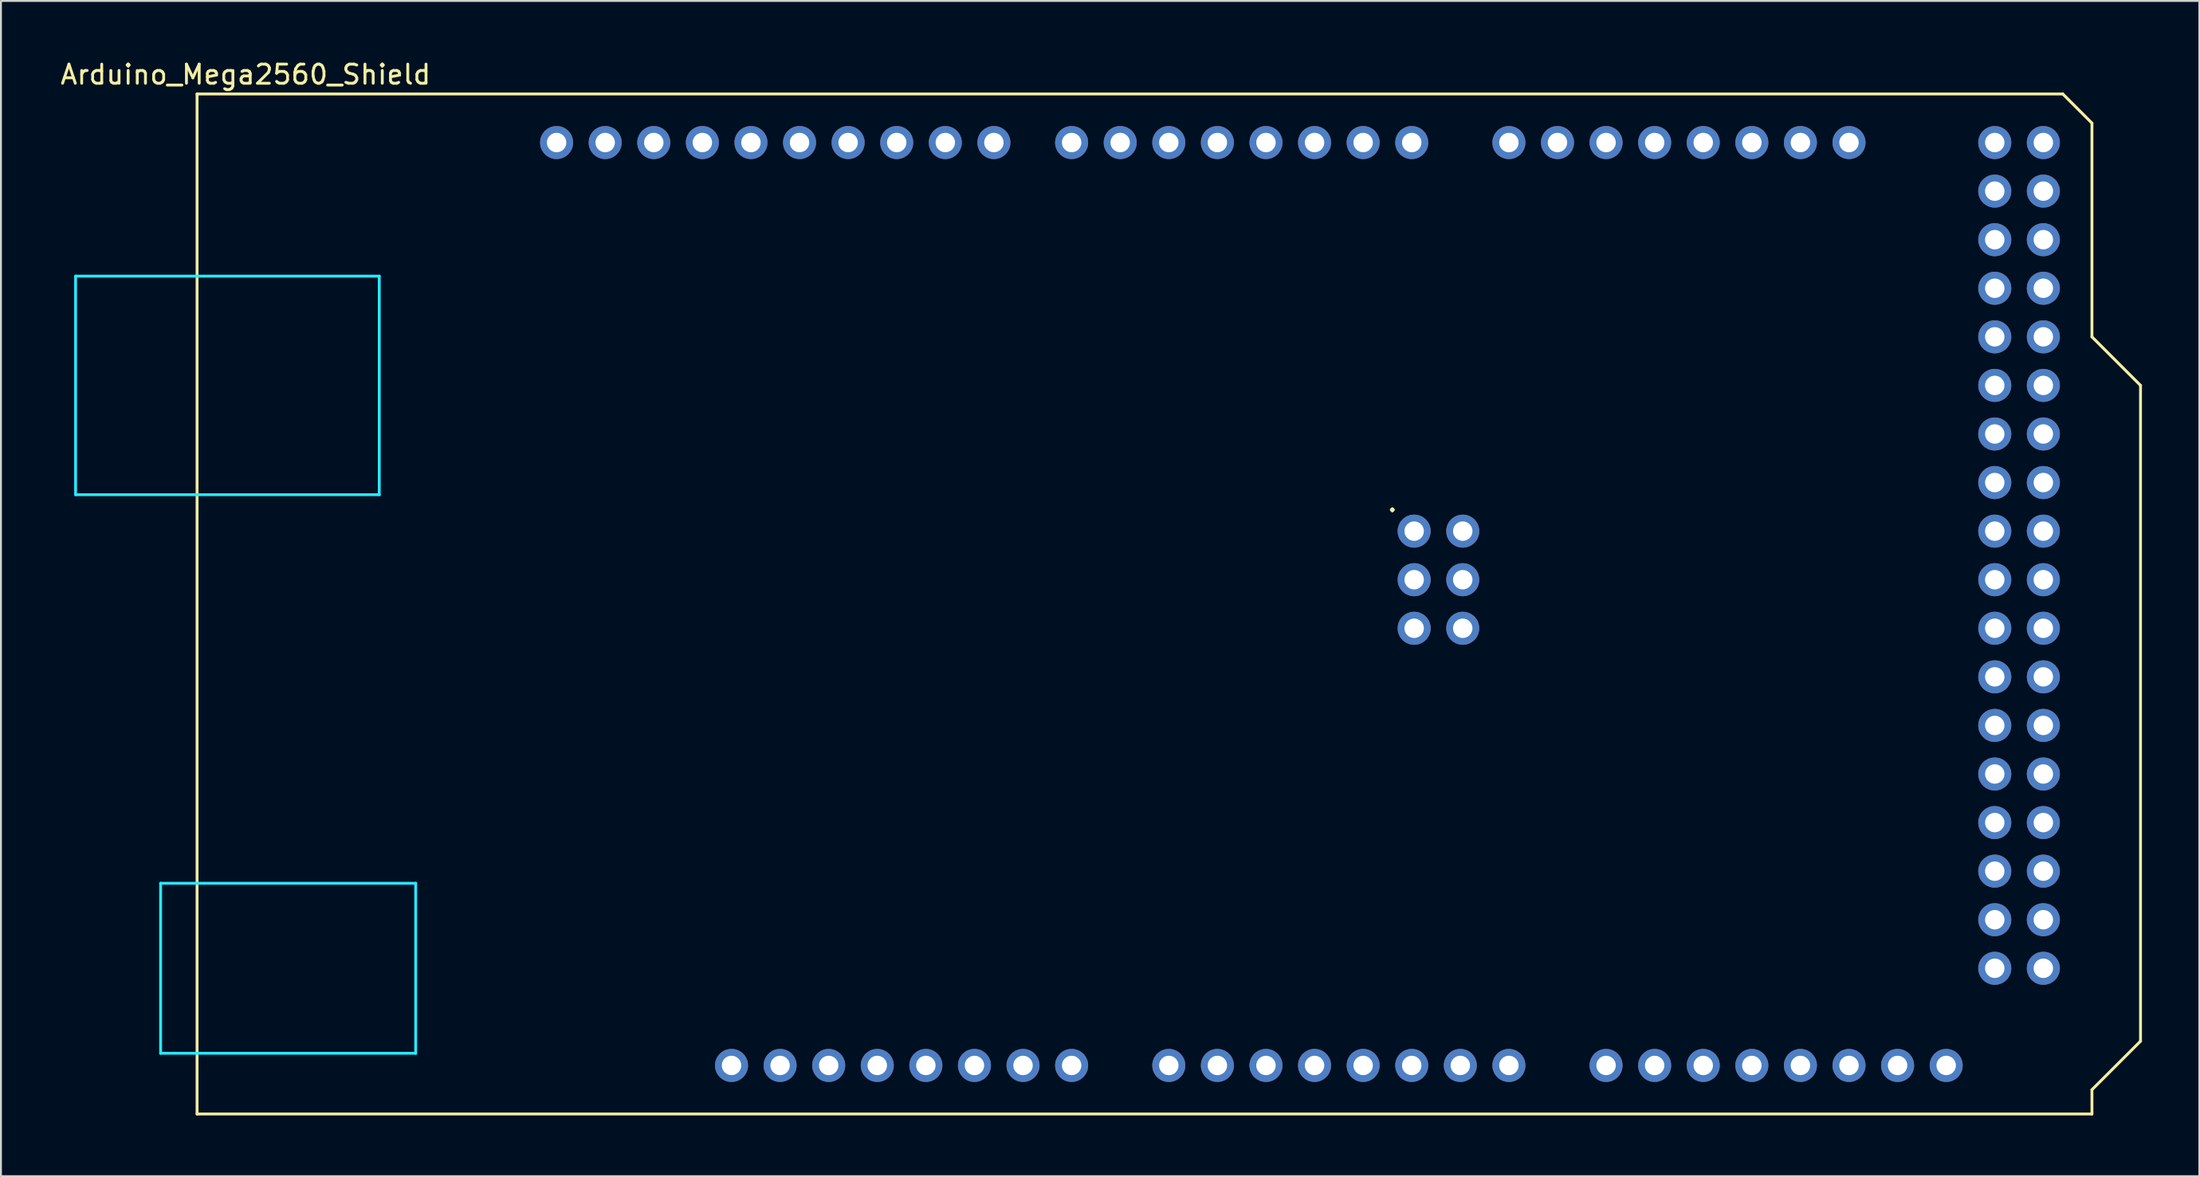
<source format=kicad_pcb>
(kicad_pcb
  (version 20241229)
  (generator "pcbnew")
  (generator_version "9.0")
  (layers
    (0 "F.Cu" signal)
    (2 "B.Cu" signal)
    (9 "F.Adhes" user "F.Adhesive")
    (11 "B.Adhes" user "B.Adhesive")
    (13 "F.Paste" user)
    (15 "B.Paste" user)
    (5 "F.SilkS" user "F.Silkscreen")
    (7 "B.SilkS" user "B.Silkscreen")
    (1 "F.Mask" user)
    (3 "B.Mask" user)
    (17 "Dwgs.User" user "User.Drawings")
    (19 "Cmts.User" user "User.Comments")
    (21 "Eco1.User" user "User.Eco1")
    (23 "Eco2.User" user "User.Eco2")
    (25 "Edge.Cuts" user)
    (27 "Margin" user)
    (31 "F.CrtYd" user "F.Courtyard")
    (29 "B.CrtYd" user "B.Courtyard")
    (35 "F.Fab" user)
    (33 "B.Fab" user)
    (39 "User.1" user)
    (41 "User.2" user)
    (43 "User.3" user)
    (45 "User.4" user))
  (footprint "Arduino_Mega2560_Shield"
    (layer "F.Cu")
    (at 7.252 55.204)
    (property "Reference" "Arduino_Mega2560_Shield" (at 2.54 -54.356 180) (layer "F.SilkS") (effects (font (size 1 1) (thickness 0.15))))
    (attr through_hole)
    (fp_line (start 0 -53.34) (end 0 0) (stroke (width 0.15) (type solid)) (layer "F.SilkS"))
    (fp_line (start 0 -53.34) (end 97.536 -53.34) (stroke (width 0.15) (type solid)) (layer "F.SilkS"))
    (fp_line (start 0 0) (end 99.06 0) (stroke (width 0.15) (type solid)) (layer "F.SilkS"))
    (fp_line (start 97.536 -53.34) (end 99.06 -51.816) (stroke (width 0.15) (type solid)) (layer "F.SilkS"))
    (fp_line (start 99.06 -40.64) (end 99.06 -51.816) (stroke (width 0.15) (type solid)) (layer "F.SilkS"))
    (fp_line (start 99.06 -1.27) (end 101.6 -3.81) (stroke (width 0.15) (type solid)) (layer "F.SilkS"))
    (fp_line (start 99.06 0) (end 99.06 -1.27) (stroke (width 0.15) (type solid)) (layer "F.SilkS"))
    (fp_line (start 101.6 -38.1) (end 99.06 -40.64) (stroke (width 0.15) (type solid)) (layer "F.SilkS"))
    (fp_line (start 101.6 -3.81) (end 101.6 -38.1) (stroke (width 0.15) (type solid)) (layer "F.SilkS"))
    (fp_line (start -6.35 -43.815) (end -6.35 -32.385) (stroke (width 0.15) (type solid)) (layer "B.CrtYd"))
    (fp_line (start -1.905 -12.065) (end -1.905 -3.175) (stroke (width 0.15) (type solid)) (layer "B.CrtYd"))
    (fp_line (start -1.905 -12.065) (end 11.43 -12.065) (stroke (width 0.15) (type solid)) (layer "B.CrtYd"))
    (fp_line (start -1.905 -3.175) (end 11.43 -3.175) (stroke (width 0.15) (type solid)) (layer "B.CrtYd"))
    (fp_line (start 9.525 -43.815) (end -6.35 -43.815) (stroke (width 0.15) (type solid)) (layer "B.CrtYd"))
    (fp_line (start 9.525 -43.815) (end 9.525 -32.385) (stroke (width 0.15) (type solid)) (layer "B.CrtYd"))
    (fp_line (start 9.525 -32.385) (end -6.35 -32.385) (stroke (width 0.15) (type solid)) (layer "B.CrtYd"))
    (fp_line (start 11.43 -12.065) (end 11.43 -3.175) (stroke (width 0.15) (type solid)) (layer "B.CrtYd"))
    (fp_text user "." (at 62.484 -32.004 180) (layer "F.SilkS") (effects (font (size 1 1) (thickness 0.15))))
    (pad "" thru_hole oval (at 27.94 -2.54) (size 1.727 1.727) (drill 1.016) (layers "*.Cu" "*.Mask"))
    (pad "3V3" thru_hole oval (at 35.56 -2.54) (size 1.727 1.727) (drill 1.016) (layers "*.Cu" "*.Mask"))
    (pad "5V1" thru_hole oval (at 38.1 -2.54) (size 1.727 1.727) (drill 1.016) (layers "*.Cu" "*.Mask"))
    (pad "5V2" thru_hole oval (at 66.167 -30.48) (size 1.727 1.727) (drill 1.016) (layers "*.Cu" "*.Mask"))
    (pad "5V3" thru_hole oval (at 93.98 -50.8) (size 1.727 1.727) (drill 1.016) (layers "*.Cu" "*.Mask"))
    (pad "5V4" thru_hole oval (at 96.52 -50.8) (size 1.727 1.727) (drill 1.016) (layers "*.Cu" "*.Mask"))
    (pad "A0" thru_hole oval (at 50.8 -2.54) (size 1.727 1.727) (drill 1.016) (layers "*.Cu" "*.Mask"))
    (pad "A1" thru_hole oval (at 53.34 -2.54) (size 1.727 1.727) (drill 1.016) (layers "*.Cu" "*.Mask"))
    (pad "A2" thru_hole oval (at 55.88 -2.54) (size 1.727 1.727) (drill 1.016) (layers "*.Cu" "*.Mask"))
    (pad "A3" thru_hole oval (at 58.42 -2.54) (size 1.727 1.727) (drill 1.016) (layers "*.Cu" "*.Mask"))
    (pad "A4" thru_hole oval (at 60.96 -2.54) (size 1.727 1.727) (drill 1.016) (layers "*.Cu" "*.Mask"))
    (pad "A5" thru_hole oval (at 63.5 -2.54) (size 1.727 1.727) (drill 1.016) (layers "*.Cu" "*.Mask"))
    (pad "A6" thru_hole oval (at 66.04 -2.54) (size 1.727 1.727) (drill 1.016) (layers "*.Cu" "*.Mask"))
    (pad "A7" thru_hole oval (at 68.58 -2.54) (size 1.727 1.727) (drill 1.016) (layers "*.Cu" "*.Mask"))
    (pad "A8" thru_hole oval (at 73.66 -2.54) (size 1.727 1.727) (drill 1.016) (layers "*.Cu" "*.Mask"))
    (pad "A9" thru_hole oval (at 76.2 -2.54) (size 1.727 1.727) (drill 1.016) (layers "*.Cu" "*.Mask"))
    (pad "A10" thru_hole oval (at 78.74 -2.54) (size 1.727 1.727) (drill 1.016) (layers "*.Cu" "*.Mask"))
    (pad "A11" thru_hole oval (at 81.28 -2.54) (size 1.727 1.727) (drill 1.016) (layers "*.Cu" "*.Mask"))
    (pad "A12" thru_hole oval (at 83.82 -2.54) (size 1.727 1.727) (drill 1.016) (layers "*.Cu" "*.Mask"))
    (pad "A13" thru_hole oval (at 86.36 -2.54) (size 1.727 1.727) (drill 1.016) (layers "*.Cu" "*.Mask"))
    (pad "A14" thru_hole oval (at 88.9 -2.54) (size 1.727 1.727) (drill 1.016) (layers "*.Cu" "*.Mask"))
    (pad "A15" thru_hole oval (at 91.44 -2.54) (size 1.727 1.727) (drill 1.016) (layers "*.Cu" "*.Mask"))
    (pad "AREF" thru_hole oval (at 23.876 -50.8) (size 1.727 1.727) (drill 1.016) (layers "*.Cu" "*.Mask"))
    (pad "D0" thru_hole oval (at 63.5 -50.8) (size 1.727 1.727) (drill 1.016) (layers "*.Cu" "*.Mask"))
    (pad "D1" thru_hole oval (at 60.96 -50.8) (size 1.727 1.727) (drill 1.016) (layers "*.Cu" "*.Mask"))
    (pad "D2" thru_hole oval (at 58.42 -50.8) (size 1.727 1.727) (drill 1.016) (layers "*.Cu" "*.Mask"))
    (pad "D3" thru_hole oval (at 55.88 -50.8) (size 1.727 1.727) (drill 1.016) (layers "*.Cu" "*.Mask"))
    (pad "D4" thru_hole oval (at 53.34 -50.8) (size 1.727 1.727) (drill 1.016) (layers "*.Cu" "*.Mask"))
    (pad "D5" thru_hole oval (at 50.8 -50.8) (size 1.727 1.727) (drill 1.016) (layers "*.Cu" "*.Mask"))
    (pad "D6" thru_hole oval (at 48.26 -50.8) (size 1.727 1.727) (drill 1.016) (layers "*.Cu" "*.Mask"))
    (pad "D7" thru_hole oval (at 45.72 -50.8) (size 1.727 1.727) (drill 1.016) (layers "*.Cu" "*.Mask"))
    (pad "D8" thru_hole oval (at 41.656 -50.8) (size 1.727 1.727) (drill 1.016) (layers "*.Cu" "*.Mask"))
    (pad "D9" thru_hole oval (at 39.116 -50.8) (size 1.727 1.727) (drill 1.016) (layers "*.Cu" "*.Mask"))
    (pad "D10" thru_hole oval (at 36.576 -50.8) (size 1.727 1.727) (drill 1.016) (layers "*.Cu" "*.Mask"))
    (pad "D11" thru_hole oval (at 34.036 -50.8) (size 1.727 1.727) (drill 1.016) (layers "*.Cu" "*.Mask"))
    (pad "D12" thru_hole oval (at 31.496 -50.8) (size 1.727 1.727) (drill 1.016) (layers "*.Cu" "*.Mask"))
    (pad "D13" thru_hole oval (at 28.956 -50.8) (size 1.727 1.727) (drill 1.016) (layers "*.Cu" "*.Mask"))
    (pad "D14" thru_hole oval (at 68.58 -50.8) (size 1.727 1.727) (drill 1.016) (layers "*.Cu" "*.Mask"))
    (pad "D15" thru_hole oval (at 71.12 -50.8) (size 1.727 1.727) (drill 1.016) (layers "*.Cu" "*.Mask"))
    (pad "D16" thru_hole oval (at 73.66 -50.8) (size 1.727 1.727) (drill 1.016) (layers "*.Cu" "*.Mask"))
    (pad "D17" thru_hole oval (at 76.2 -50.8) (size 1.727 1.727) (drill 1.016) (layers "*.Cu" "*.Mask"))
    (pad "D18" thru_hole oval (at 78.74 -50.8) (size 1.727 1.727) (drill 1.016) (layers "*.Cu" "*.Mask"))
    (pad "D19" thru_hole oval (at 81.28 -50.8) (size 1.727 1.727) (drill 1.016) (layers "*.Cu" "*.Mask"))
    (pad "D20" thru_hole oval (at 83.82 -50.8) (size 1.727 1.727) (drill 1.016) (layers "*.Cu" "*.Mask"))
    (pad "D21" thru_hole oval (at 86.36 -50.8) (size 1.727 1.727) (drill 1.016) (layers "*.Cu" "*.Mask"))
    (pad "D22" thru_hole oval (at 93.98 -48.26) (size 1.727 1.727) (drill 1.016) (layers "*.Cu" "*.Mask"))
    (pad "D23" thru_hole oval (at 96.52 -48.26) (size 1.727 1.727) (drill 1.016) (layers "*.Cu" "*.Mask"))
    (pad "D24" thru_hole oval (at 93.98 -45.72) (size 1.727 1.727) (drill 1.016) (layers "*.Cu" "*.Mask"))
    (pad "D25" thru_hole oval (at 96.52 -45.72) (size 1.727 1.727) (drill 1.016) (layers "*.Cu" "*.Mask"))
    (pad "D26" thru_hole oval (at 93.98 -43.18) (size 1.727 1.727) (drill 1.016) (layers "*.Cu" "*.Mask"))
    (pad "D27" thru_hole oval (at 96.52 -43.18) (size 1.727 1.727) (drill 1.016) (layers "*.Cu" "*.Mask"))
    (pad "D28" thru_hole oval (at 93.98 -40.64) (size 1.727 1.727) (drill 1.016) (layers "*.Cu" "*.Mask"))
    (pad "D29" thru_hole oval (at 96.52 -40.64) (size 1.727 1.727) (drill 1.016) (layers "*.Cu" "*.Mask"))
    (pad "D30" thru_hole oval (at 93.98 -38.1) (size 1.727 1.727) (drill 1.016) (layers "*.Cu" "*.Mask"))
    (pad "D31" thru_hole oval (at 96.52 -38.1) (size 1.727 1.727) (drill 1.016) (layers "*.Cu" "*.Mask"))
    (pad "D32" thru_hole oval (at 93.98 -35.56) (size 1.727 1.727) (drill 1.016) (layers "*.Cu" "*.Mask"))
    (pad "D33" thru_hole oval (at 96.52 -35.56) (size 1.727 1.727) (drill 1.016) (layers "*.Cu" "*.Mask"))
    (pad "D34" thru_hole oval (at 93.98 -33.02) (size 1.727 1.727) (drill 1.016) (layers "*.Cu" "*.Mask"))
    (pad "D35" thru_hole oval (at 96.52 -33.02) (size 1.727 1.727) (drill 1.016) (layers "*.Cu" "*.Mask"))
    (pad "D36" thru_hole oval (at 93.98 -30.48) (size 1.727 1.727) (drill 1.016) (layers "*.Cu" "*.Mask"))
    (pad "D37" thru_hole oval (at 96.52 -30.48) (size 1.727 1.727) (drill 1.016) (layers "*.Cu" "*.Mask"))
    (pad "D38" thru_hole oval (at 93.98 -27.94) (size 1.727 1.727) (drill 1.016) (layers "*.Cu" "*.Mask"))
    (pad "D39" thru_hole oval (at 96.52 -27.94) (size 1.727 1.727) (drill 1.016) (layers "*.Cu" "*.Mask"))
    (pad "D40" thru_hole oval (at 93.98 -25.4) (size 1.727 1.727) (drill 1.016) (layers "*.Cu" "*.Mask"))
    (pad "D41" thru_hole oval (at 96.52 -25.4) (size 1.727 1.727) (drill 1.016) (layers "*.Cu" "*.Mask"))
    (pad "D42" thru_hole oval (at 93.98 -22.86) (size 1.727 1.727) (drill 1.016) (layers "*.Cu" "*.Mask"))
    (pad "D43" thru_hole oval (at 96.52 -22.86) (size 1.727 1.727) (drill 1.016) (layers "*.Cu" "*.Mask"))
    (pad "D44" thru_hole oval (at 93.98 -20.32) (size 1.727 1.727) (drill 1.016) (layers "*.Cu" "*.Mask"))
    (pad "D45" thru_hole oval (at 96.52 -20.32) (size 1.727 1.727) (drill 1.016) (layers "*.Cu" "*.Mask"))
    (pad "D46" thru_hole oval (at 93.98 -17.78) (size 1.727 1.727) (drill 1.016) (layers "*.Cu" "*.Mask"))
    (pad "D47" thru_hole oval (at 96.52 -17.78) (size 1.727 1.727) (drill 1.016) (layers "*.Cu" "*.Mask"))
    (pad "D48" thru_hole oval (at 93.98 -15.24) (size 1.727 1.727) (drill 1.016) (layers "*.Cu" "*.Mask"))
    (pad "D49" thru_hole oval (at 96.52 -15.24) (size 1.727 1.727) (drill 1.016) (layers "*.Cu" "*.Mask"))
    (pad "D50" thru_hole oval (at 93.98 -12.7) (size 1.727 1.727) (drill 1.016) (layers "*.Cu" "*.Mask"))
    (pad "D51" thru_hole oval (at 96.52 -12.7) (size 1.727 1.727) (drill 1.016) (layers "*.Cu" "*.Mask"))
    (pad "D52" thru_hole oval (at 93.98 -10.16) (size 1.727 1.727) (drill 1.016) (layers "*.Cu" "*.Mask"))
    (pad "D53" thru_hole oval (at 96.52 -10.16) (size 1.727 1.727) (drill 1.016) (layers "*.Cu" "*.Mask"))
    (pad "GND1" thru_hole oval (at 26.416 -50.8) (size 1.727 1.727) (drill 1.016) (layers "*.Cu" "*.Mask"))
    (pad "GND2" thru_hole oval (at 40.64 -2.54) (size 1.727 1.727) (drill 1.016) (layers "*.Cu" "*.Mask"))
    (pad "GND3" thru_hole oval (at 43.18 -2.54) (size 1.727 1.727) (drill 1.016) (layers "*.Cu" "*.Mask"))
    (pad "GND4" thru_hole oval (at 66.167 -25.4) (size 1.727 1.727) (drill 1.016) (layers "*.Cu" "*.Mask"))
    (pad "GND5" thru_hole oval (at 93.98 -7.62) (size 1.727 1.727) (drill 1.016) (layers "*.Cu" "*.Mask"))
    (pad "GND6" thru_hole oval (at 96.52 -7.62) (size 1.727 1.727) (drill 1.016) (layers "*.Cu" "*.Mask"))
    (pad "IORF" thru_hole oval (at 30.48 -2.54) (size 1.727 1.727) (drill 1.016) (layers "*.Cu" "*.Mask"))
    (pad "MISO" thru_hole oval (at 63.627 -30.48) (size 1.727 1.727) (drill 1.016) (layers "*.Cu" "*.Mask"))
    (pad "MOSI" thru_hole oval (at 66.167 -27.94) (size 1.727 1.727) (drill 1.016) (layers "*.Cu" "*.Mask"))
    (pad "RST1" thru_hole oval (at 33.02 -2.54) (size 1.727 1.727) (drill 1.016) (layers "*.Cu" "*.Mask"))
    (pad "RST2" thru_hole oval (at 63.627 -25.4) (size 1.727 1.727) (drill 1.016) (layers "*.Cu" "*.Mask"))
    (pad "SCK" thru_hole oval (at 63.627 -27.94) (size 1.727 1.727) (drill 1.016) (layers "*.Cu" "*.Mask"))
    (pad "SCL" thru_hole oval (at 18.796 -50.8) (size 1.727 1.727) (drill 1.016) (layers "*.Cu" "*.Mask"))
    (pad "SDA" thru_hole oval (at 21.336 -50.8) (size 1.727 1.727) (drill 1.016) (layers "*.Cu" "*.Mask"))
    (pad "VIN" thru_hole oval (at 45.72 -2.54) (size 1.727 1.727) (drill 1.016) (layers "*.Cu" "*.Mask")))
  (gr_rect
    (start -3 -3)
    (end 111.927 58.454)
    (stroke (width 0.1) (type default))
    (fill no)
    (layer "Edge.Cuts")))
</source>
